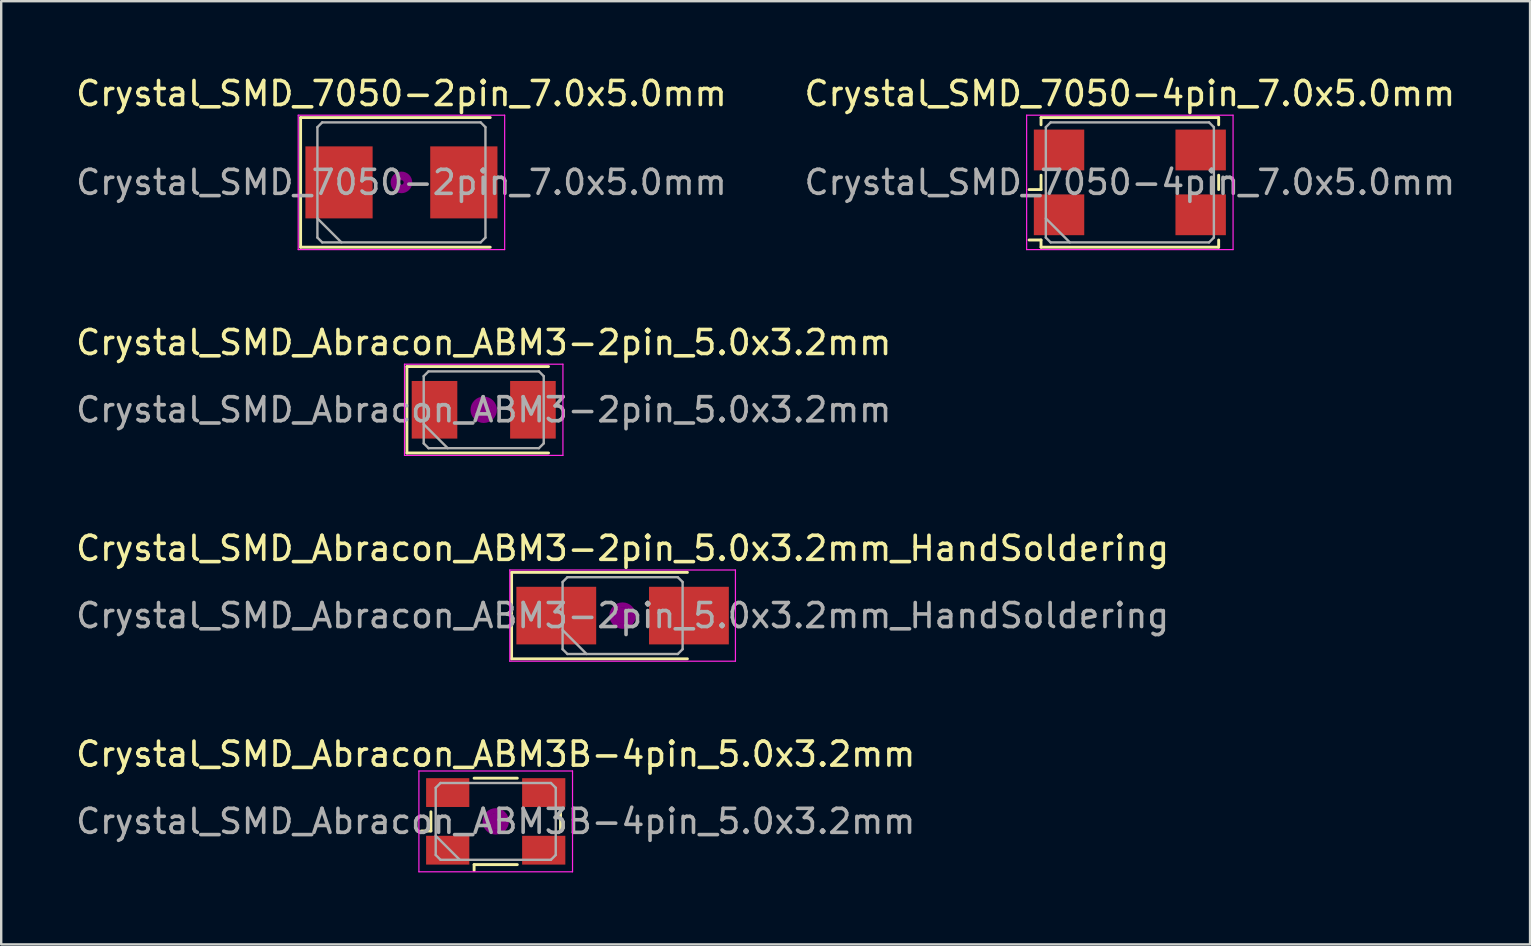
<source format=kicad_pcb>
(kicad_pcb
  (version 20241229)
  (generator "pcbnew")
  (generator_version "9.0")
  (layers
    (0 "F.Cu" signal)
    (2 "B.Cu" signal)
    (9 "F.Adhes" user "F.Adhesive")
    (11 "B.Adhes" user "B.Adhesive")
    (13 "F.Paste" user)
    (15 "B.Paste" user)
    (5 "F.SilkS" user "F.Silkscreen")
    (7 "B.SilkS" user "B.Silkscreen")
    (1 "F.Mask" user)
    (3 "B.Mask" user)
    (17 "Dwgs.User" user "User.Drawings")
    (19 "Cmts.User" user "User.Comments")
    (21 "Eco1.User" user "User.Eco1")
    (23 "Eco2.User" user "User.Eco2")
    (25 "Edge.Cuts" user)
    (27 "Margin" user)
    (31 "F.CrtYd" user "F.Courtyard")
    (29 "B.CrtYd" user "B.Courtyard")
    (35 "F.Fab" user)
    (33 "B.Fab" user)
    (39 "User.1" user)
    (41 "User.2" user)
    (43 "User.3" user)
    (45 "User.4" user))
  (footprint "Crystal_SMD_Abracon_ABM3B-4pin_5.0x3.2mm"
    (layer "F.Cu")
    (at 17.601 31.168)
    (property "Reference" "Crystal_SMD_Abracon_ABM3B-4pin_5.0x3.2mm" (at 0 -2.8 0) (layer "F.SilkS") (effects (font (size 1 1) (thickness 0.15))))
    (attr smd)
    (fp_line (start -3.1 0.4) (end -2.7 0.4) (stroke (width 0.12) (type solid)) (layer "F.SilkS"))
    (fp_line (start -2.7 0.4) (end -2.7 -0.4) (stroke (width 0.12) (type solid)) (layer "F.SilkS"))
    (fp_line (start -0.9 -1.8) (end 0.9 -1.8) (stroke (width 0.12) (type solid)) (layer "F.SilkS"))
    (fp_line (start -0.9 1.8) (end -0.9 2.04) (stroke (width 0.12) (type solid)) (layer "F.SilkS"))
    (fp_line (start 0.9 1.8) (end -0.9 1.8) (stroke (width 0.12) (type solid)) (layer "F.SilkS"))
    (fp_line (start 2.7 -0.4) (end 2.7 0.4) (stroke (width 0.12) (type solid)) (layer "F.SilkS"))
    (fp_circle (center 0 0) (end 0.117 0) (stroke (width 0.233) (type solid)) (fill no) (layer "F.Adhes"))
    (fp_circle (center 0 0) (end 0.267 0) (stroke (width 0.167) (type solid)) (fill no) (layer "F.Adhes"))
    (fp_circle (center 0 0) (end 0.417 0) (stroke (width 0.167) (type solid)) (fill no) (layer "F.Adhes"))
    (fp_circle (center 0 0) (end 0.5 0) (stroke (width 0.1) (type solid)) (fill no) (layer "F.Adhes"))
    (fp_line (start -3.2 -2.1) (end -3.2 2.1) (stroke (width 0.05) (type solid)) (layer "F.CrtYd"))
    (fp_line (start -3.2 2.1) (end 3.2 2.1) (stroke (width 0.05) (type solid)) (layer "F.CrtYd"))
    (fp_line (start 3.2 -2.1) (end -3.2 -2.1) (stroke (width 0.05) (type solid)) (layer "F.CrtYd"))
    (fp_line (start 3.2 2.1) (end 3.2 -2.1) (stroke (width 0.05) (type solid)) (layer "F.CrtYd"))
    (fp_line (start -2.5 -1.4) (end -2.3 -1.6) (stroke (width 0.1) (type solid)) (layer "F.Fab"))
    (fp_line (start -2.5 0.6) (end -1.5 1.6) (stroke (width 0.1) (type solid)) (layer "F.Fab"))
    (fp_line (start -2.5 1.4) (end -2.5 -1.4) (stroke (width 0.1) (type solid)) (layer "F.Fab"))
    (fp_line (start -2.3 -1.6) (end 2.3 -1.6) (stroke (width 0.1) (type solid)) (layer "F.Fab"))
    (fp_line (start -2.3 1.6) (end -2.5 1.4) (stroke (width 0.1) (type solid)) (layer "F.Fab"))
    (fp_line (start 2.3 -1.6) (end 2.5 -1.4) (stroke (width 0.1) (type solid)) (layer "F.Fab"))
    (fp_line (start 2.3 1.6) (end -2.3 1.6) (stroke (width 0.1) (type solid)) (layer "F.Fab"))
    (fp_line (start 2.5 -1.4) (end 2.5 1.4) (stroke (width 0.1) (type solid)) (layer "F.Fab"))
    (fp_line (start 2.5 1.4) (end 2.3 1.6) (stroke (width 0.1) (type solid)) (layer "F.Fab"))
    (fp_text user "${REFERENCE}" (at 0 0 0) (layer "F.Fab") (effects (font (size 1 1) (thickness 0.15))))
    (pad "1" smd rect (at -2 1.2) (size 1.8 1.2) (layers "F.Cu" "F.Mask" "F.Paste"))
    (pad "2" smd rect (at 2 1.2) (size 1.8 1.2) (layers "F.Cu" "F.Mask" "F.Paste"))
    (pad "3" smd rect (at 2 -1.2) (size 1.8 1.2) (layers "F.Cu" "F.Mask" "F.Paste"))
    (pad "4" smd rect (at -2 -1.2) (size 1.8 1.2) (layers "F.Cu" "F.Mask" "F.Paste")))
  (footprint "Crystal_SMD_7050-2pin_7.0x5.0mm"
    (layer "F.Cu")
    (at 13.673 4.548)
    (property "Reference" "Crystal_SMD_7050-2pin_7.0x5.0mm" (at 0 -3.7 0) (layer "F.SilkS") (effects (font (size 1 1) (thickness 0.15))))
    (attr smd)
    (fp_line (start -4.2 -2.7) (end -4.2 2.7) (stroke (width 0.12) (type solid)) (layer "F.SilkS"))
    (fp_line (start -4.2 2.7) (end 3.7 2.7) (stroke (width 0.12) (type solid)) (layer "F.SilkS"))
    (fp_line (start 3.7 -2.7) (end -4.2 -2.7) (stroke (width 0.12) (type solid)) (layer "F.SilkS"))
    (fp_circle (center 0 0) (end 0.093 0) (stroke (width 0.187) (type solid)) (fill no) (layer "F.Adhes"))
    (fp_circle (center 0 0) (end 0.213 0) (stroke (width 0.133) (type solid)) (fill no) (layer "F.Adhes"))
    (fp_circle (center 0 0) (end 0.333 0) (stroke (width 0.133) (type solid)) (fill no) (layer "F.Adhes"))
    (fp_circle (center 0 0) (end 0.4 0) (stroke (width 0.1) (type solid)) (fill no) (layer "F.Adhes"))
    (fp_line (start -4.3 -2.8) (end -4.3 2.8) (stroke (width 0.05) (type solid)) (layer "F.CrtYd"))
    (fp_line (start -4.3 2.8) (end 4.3 2.8) (stroke (width 0.05) (type solid)) (layer "F.CrtYd"))
    (fp_line (start 4.3 -2.8) (end -4.3 -2.8) (stroke (width 0.05) (type solid)) (layer "F.CrtYd"))
    (fp_line (start 4.3 2.8) (end 4.3 -2.8) (stroke (width 0.05) (type solid)) (layer "F.CrtYd"))
    (fp_line (start -3.5 -2.3) (end -3.3 -2.5) (stroke (width 0.1) (type solid)) (layer "F.Fab"))
    (fp_line (start -3.5 1.5) (end -2.5 2.5) (stroke (width 0.1) (type solid)) (layer "F.Fab"))
    (fp_line (start -3.5 2.3) (end -3.5 -2.3) (stroke (width 0.1) (type solid)) (layer "F.Fab"))
    (fp_line (start -3.3 -2.5) (end 3.3 -2.5) (stroke (width 0.1) (type solid)) (layer "F.Fab"))
    (fp_line (start -3.3 2.5) (end -3.5 2.3) (stroke (width 0.1) (type solid)) (layer "F.Fab"))
    (fp_line (start 3.3 -2.5) (end 3.5 -2.3) (stroke (width 0.1) (type solid)) (layer "F.Fab"))
    (fp_line (start 3.3 2.5) (end -3.3 2.5) (stroke (width 0.1) (type solid)) (layer "F.Fab"))
    (fp_line (start 3.5 -2.3) (end 3.5 2.3) (stroke (width 0.1) (type solid)) (layer "F.Fab"))
    (fp_line (start 3.5 2.3) (end 3.3 2.5) (stroke (width 0.1) (type solid)) (layer "F.Fab"))
    (fp_text user "${REFERENCE}" (at 0 0 0) (layer "F.Fab") (effects (font (size 1 1) (thickness 0.15))))
    (pad "1" smd rect (at -2.6 0) (size 2.8 3) (layers "F.Cu" "F.Mask" "F.Paste"))
    (pad "2" smd rect (at 2.6 0) (size 2.8 3) (layers "F.Cu" "F.Mask" "F.Paste")))
  (footprint "Crystal_SMD_7050-4pin_7.0x5.0mm"
    (layer "F.Cu")
    (at 44.018 4.548)
    (property "Reference" "Crystal_SMD_7050-4pin_7.0x5.0mm" (at 0 -3.7 0) (layer "F.SilkS") (effects (font (size 1 1) (thickness 0.15))))
    (attr smd)
    (fp_line (start -4.2 0.3) (end -3.7 0.3) (stroke (width 0.12) (type solid)) (layer "F.SilkS"))
    (fp_line (start -4.2 2.4) (end -3.7 2.4) (stroke (width 0.12) (type solid)) (layer "F.SilkS"))
    (fp_line (start -3.7 -2.7) (end 3.7 -2.7) (stroke (width 0.12) (type solid)) (layer "F.SilkS"))
    (fp_line (start -3.7 -2.4) (end -3.7 -2.7) (stroke (width 0.12) (type solid)) (layer "F.SilkS"))
    (fp_line (start -3.7 0.3) (end -3.7 -0.3) (stroke (width 0.12) (type solid)) (layer "F.SilkS"))
    (fp_line (start -3.7 2.4) (end -3.7 2.7) (stroke (width 0.12) (type solid)) (layer "F.SilkS"))
    (fp_line (start -3.7 2.7) (end 3.7 2.7) (stroke (width 0.12) (type solid)) (layer "F.SilkS"))
    (fp_line (start 3.7 -2.7) (end 3.7 -2.4) (stroke (width 0.12) (type solid)) (layer "F.SilkS"))
    (fp_line (start 3.7 -0.3) (end 3.7 0.3) (stroke (width 0.12) (type solid)) (layer "F.SilkS"))
    (fp_line (start 3.7 2.7) (end 3.7 2.4) (stroke (width 0.12) (type solid)) (layer "F.SilkS"))
    (fp_line (start -4.3 -2.8) (end -4.3 2.8) (stroke (width 0.05) (type solid)) (layer "F.CrtYd"))
    (fp_line (start -4.3 2.8) (end 4.3 2.8) (stroke (width 0.05) (type solid)) (layer "F.CrtYd"))
    (fp_line (start 4.3 -2.8) (end -4.3 -2.8) (stroke (width 0.05) (type solid)) (layer "F.CrtYd"))
    (fp_line (start 4.3 2.8) (end 4.3 -2.8) (stroke (width 0.05) (type solid)) (layer "F.CrtYd"))
    (fp_line (start -3.5 -2.3) (end -3.3 -2.5) (stroke (width 0.1) (type solid)) (layer "F.Fab"))
    (fp_line (start -3.5 1.5) (end -2.5 2.5) (stroke (width 0.1) (type solid)) (layer "F.Fab"))
    (fp_line (start -3.5 2.3) (end -3.5 -2.3) (stroke (width 0.1) (type solid)) (layer "F.Fab"))
    (fp_line (start -3.3 -2.5) (end 3.3 -2.5) (stroke (width 0.1) (type solid)) (layer "F.Fab"))
    (fp_line (start -3.3 2.5) (end -3.5 2.3) (stroke (width 0.1) (type solid)) (layer "F.Fab"))
    (fp_line (start 3.3 -2.5) (end 3.5 -2.3) (stroke (width 0.1) (type solid)) (layer "F.Fab"))
    (fp_line (start 3.3 2.5) (end -3.3 2.5) (stroke (width 0.1) (type solid)) (layer "F.Fab"))
    (fp_line (start 3.5 -2.3) (end 3.5 2.3) (stroke (width 0.1) (type solid)) (layer "F.Fab"))
    (fp_line (start 3.5 2.3) (end 3.3 2.5) (stroke (width 0.1) (type solid)) (layer "F.Fab"))
    (fp_text user "${REFERENCE}" (at 0 0 0) (layer "F.Fab") (effects (font (size 1 1) (thickness 0.15))))
    (pad "1" smd rect (at -2.95 1.35) (size 2.1 1.7) (layers "F.Cu" "F.Mask" "F.Paste"))
    (pad "2" smd rect (at 2.95 1.35) (size 2.1 1.7) (layers "F.Cu" "F.Mask" "F.Paste"))
    (pad "3" smd rect (at 2.95 -1.35) (size 2.1 1.7) (layers "F.Cu" "F.Mask" "F.Paste"))
    (pad "4" smd rect (at -2.95 -1.35) (size 2.1 1.7) (layers "F.Cu" "F.Mask" "F.Paste")))
  (footprint "Crystal_SMD_Abracon_ABM3-2pin_5.0x3.2mm_HandSoldering"
    (layer "F.Cu")
    (at 22.887 22.595)
    (property "Reference" "Crystal_SMD_Abracon_ABM3-2pin_5.0x3.2mm_HandSoldering" (at 0 -2.8 0) (layer "F.SilkS") (effects (font (size 1 1) (thickness 0.15))))
    (attr smd)
    (fp_line (start -4.625 -1.8) (end -4.625 1.8) (stroke (width 0.12) (type solid)) (layer "F.SilkS"))
    (fp_line (start -4.625 1.8) (end 2.7 1.8) (stroke (width 0.12) (type solid)) (layer "F.SilkS"))
    (fp_line (start 2.7 -1.8) (end -4.625 -1.8) (stroke (width 0.12) (type solid)) (layer "F.SilkS"))
    (fp_circle (center 0 0) (end 0.117 0) (stroke (width 0.233) (type solid)) (fill no) (layer "F.Adhes"))
    (fp_circle (center 0 0) (end 0.267 0) (stroke (width 0.167) (type solid)) (fill no) (layer "F.Adhes"))
    (fp_circle (center 0 0) (end 0.417 0) (stroke (width 0.167) (type solid)) (fill no) (layer "F.Adhes"))
    (fp_circle (center 0 0) (end 0.5 0) (stroke (width 0.1) (type solid)) (fill no) (layer "F.Adhes"))
    (fp_line (start -4.7 -1.9) (end -4.7 1.9) (stroke (width 0.05) (type solid)) (layer "F.CrtYd"))
    (fp_line (start -4.7 1.9) (end 4.7 1.9) (stroke (width 0.05) (type solid)) (layer "F.CrtYd"))
    (fp_line (start 4.7 -1.9) (end -4.7 -1.9) (stroke (width 0.05) (type solid)) (layer "F.CrtYd"))
    (fp_line (start 4.7 1.9) (end 4.7 -1.9) (stroke (width 0.05) (type solid)) (layer "F.CrtYd"))
    (fp_line (start -2.5 -1.4) (end -2.3 -1.6) (stroke (width 0.1) (type solid)) (layer "F.Fab"))
    (fp_line (start -2.5 0.6) (end -1.5 1.6) (stroke (width 0.1) (type solid)) (layer "F.Fab"))
    (fp_line (start -2.5 1.4) (end -2.5 -1.4) (stroke (width 0.1) (type solid)) (layer "F.Fab"))
    (fp_line (start -2.3 -1.6) (end 2.3 -1.6) (stroke (width 0.1) (type solid)) (layer "F.Fab"))
    (fp_line (start -2.3 1.6) (end -2.5 1.4) (stroke (width 0.1) (type solid)) (layer "F.Fab"))
    (fp_line (start 2.3 -1.6) (end 2.5 -1.4) (stroke (width 0.1) (type solid)) (layer "F.Fab"))
    (fp_line (start 2.3 1.6) (end -2.3 1.6) (stroke (width 0.1) (type solid)) (layer "F.Fab"))
    (fp_line (start 2.5 -1.4) (end 2.5 1.4) (stroke (width 0.1) (type solid)) (layer "F.Fab"))
    (fp_line (start 2.5 1.4) (end 2.3 1.6) (stroke (width 0.1) (type solid)) (layer "F.Fab"))
    (fp_text user "${REFERENCE}" (at 0 0 0) (layer "F.Fab") (effects (font (size 1 1) (thickness 0.15))))
    (pad "1" smd rect (at -2.763 0) (size 3.325 2.4) (layers "F.Cu" "F.Mask" "F.Paste"))
    (pad "2" smd rect (at 2.763 0) (size 3.325 2.4) (layers "F.Cu" "F.Mask" "F.Paste")))
  (footprint "Crystal_SMD_Abracon_ABM3-2pin_5.0x3.2mm"
    (layer "F.Cu")
    (at 17.101 14.021)
    (property "Reference" "Crystal_SMD_Abracon_ABM3-2pin_5.0x3.2mm" (at 0 -2.8 0) (layer "F.SilkS") (effects (font (size 1 1) (thickness 0.15))))
    (attr smd)
    (fp_line (start -3.2 -1.8) (end -3.2 1.8) (stroke (width 0.12) (type solid)) (layer "F.SilkS"))
    (fp_line (start -3.2 1.8) (end 2.7 1.8) (stroke (width 0.12) (type solid)) (layer "F.SilkS"))
    (fp_line (start 2.7 -1.8) (end -3.2 -1.8) (stroke (width 0.12) (type solid)) (layer "F.SilkS"))
    (fp_circle (center 0 0) (end 0.117 0) (stroke (width 0.233) (type solid)) (fill no) (layer "F.Adhes"))
    (fp_circle (center 0 0) (end 0.267 0) (stroke (width 0.167) (type solid)) (fill no) (layer "F.Adhes"))
    (fp_circle (center 0 0) (end 0.417 0) (stroke (width 0.167) (type solid)) (fill no) (layer "F.Adhes"))
    (fp_circle (center 0 0) (end 0.5 0) (stroke (width 0.1) (type solid)) (fill no) (layer "F.Adhes"))
    (fp_line (start -3.3 -1.9) (end -3.3 1.9) (stroke (width 0.05) (type solid)) (layer "F.CrtYd"))
    (fp_line (start -3.3 1.9) (end 3.3 1.9) (stroke (width 0.05) (type solid)) (layer "F.CrtYd"))
    (fp_line (start 3.3 -1.9) (end -3.3 -1.9) (stroke (width 0.05) (type solid)) (layer "F.CrtYd"))
    (fp_line (start 3.3 1.9) (end 3.3 -1.9) (stroke (width 0.05) (type solid)) (layer "F.CrtYd"))
    (fp_line (start -2.5 -1.4) (end -2.3 -1.6) (stroke (width 0.1) (type solid)) (layer "F.Fab"))
    (fp_line (start -2.5 0.6) (end -1.5 1.6) (stroke (width 0.1) (type solid)) (layer "F.Fab"))
    (fp_line (start -2.5 1.4) (end -2.5 -1.4) (stroke (width 0.1) (type solid)) (layer "F.Fab"))
    (fp_line (start -2.3 -1.6) (end 2.3 -1.6) (stroke (width 0.1) (type solid)) (layer "F.Fab"))
    (fp_line (start -2.3 1.6) (end -2.5 1.4) (stroke (width 0.1) (type solid)) (layer "F.Fab"))
    (fp_line (start 2.3 -1.6) (end 2.5 -1.4) (stroke (width 0.1) (type solid)) (layer "F.Fab"))
    (fp_line (start 2.3 1.6) (end -2.3 1.6) (stroke (width 0.1) (type solid)) (layer "F.Fab"))
    (fp_line (start 2.5 -1.4) (end 2.5 1.4) (stroke (width 0.1) (type solid)) (layer "F.Fab"))
    (fp_line (start 2.5 1.4) (end 2.3 1.6) (stroke (width 0.1) (type solid)) (layer "F.Fab"))
    (fp_text user "${REFERENCE}" (at 0 0 0) (layer "F.Fab") (effects (font (size 1 1) (thickness 0.15))))
    (pad "1" smd rect (at -2.05 0) (size 1.9 2.4) (layers "F.Cu" "F.Mask" "F.Paste"))
    (pad "2" smd rect (at 2.05 0) (size 1.9 2.4) (layers "F.Cu" "F.Mask" "F.Paste")))
  (gr_rect
    (start -3 -3)
    (end 60.69 36.293)
    (stroke (width 0.1) (type default))
    (fill no)
    (layer "Edge.Cuts")))
</source>
